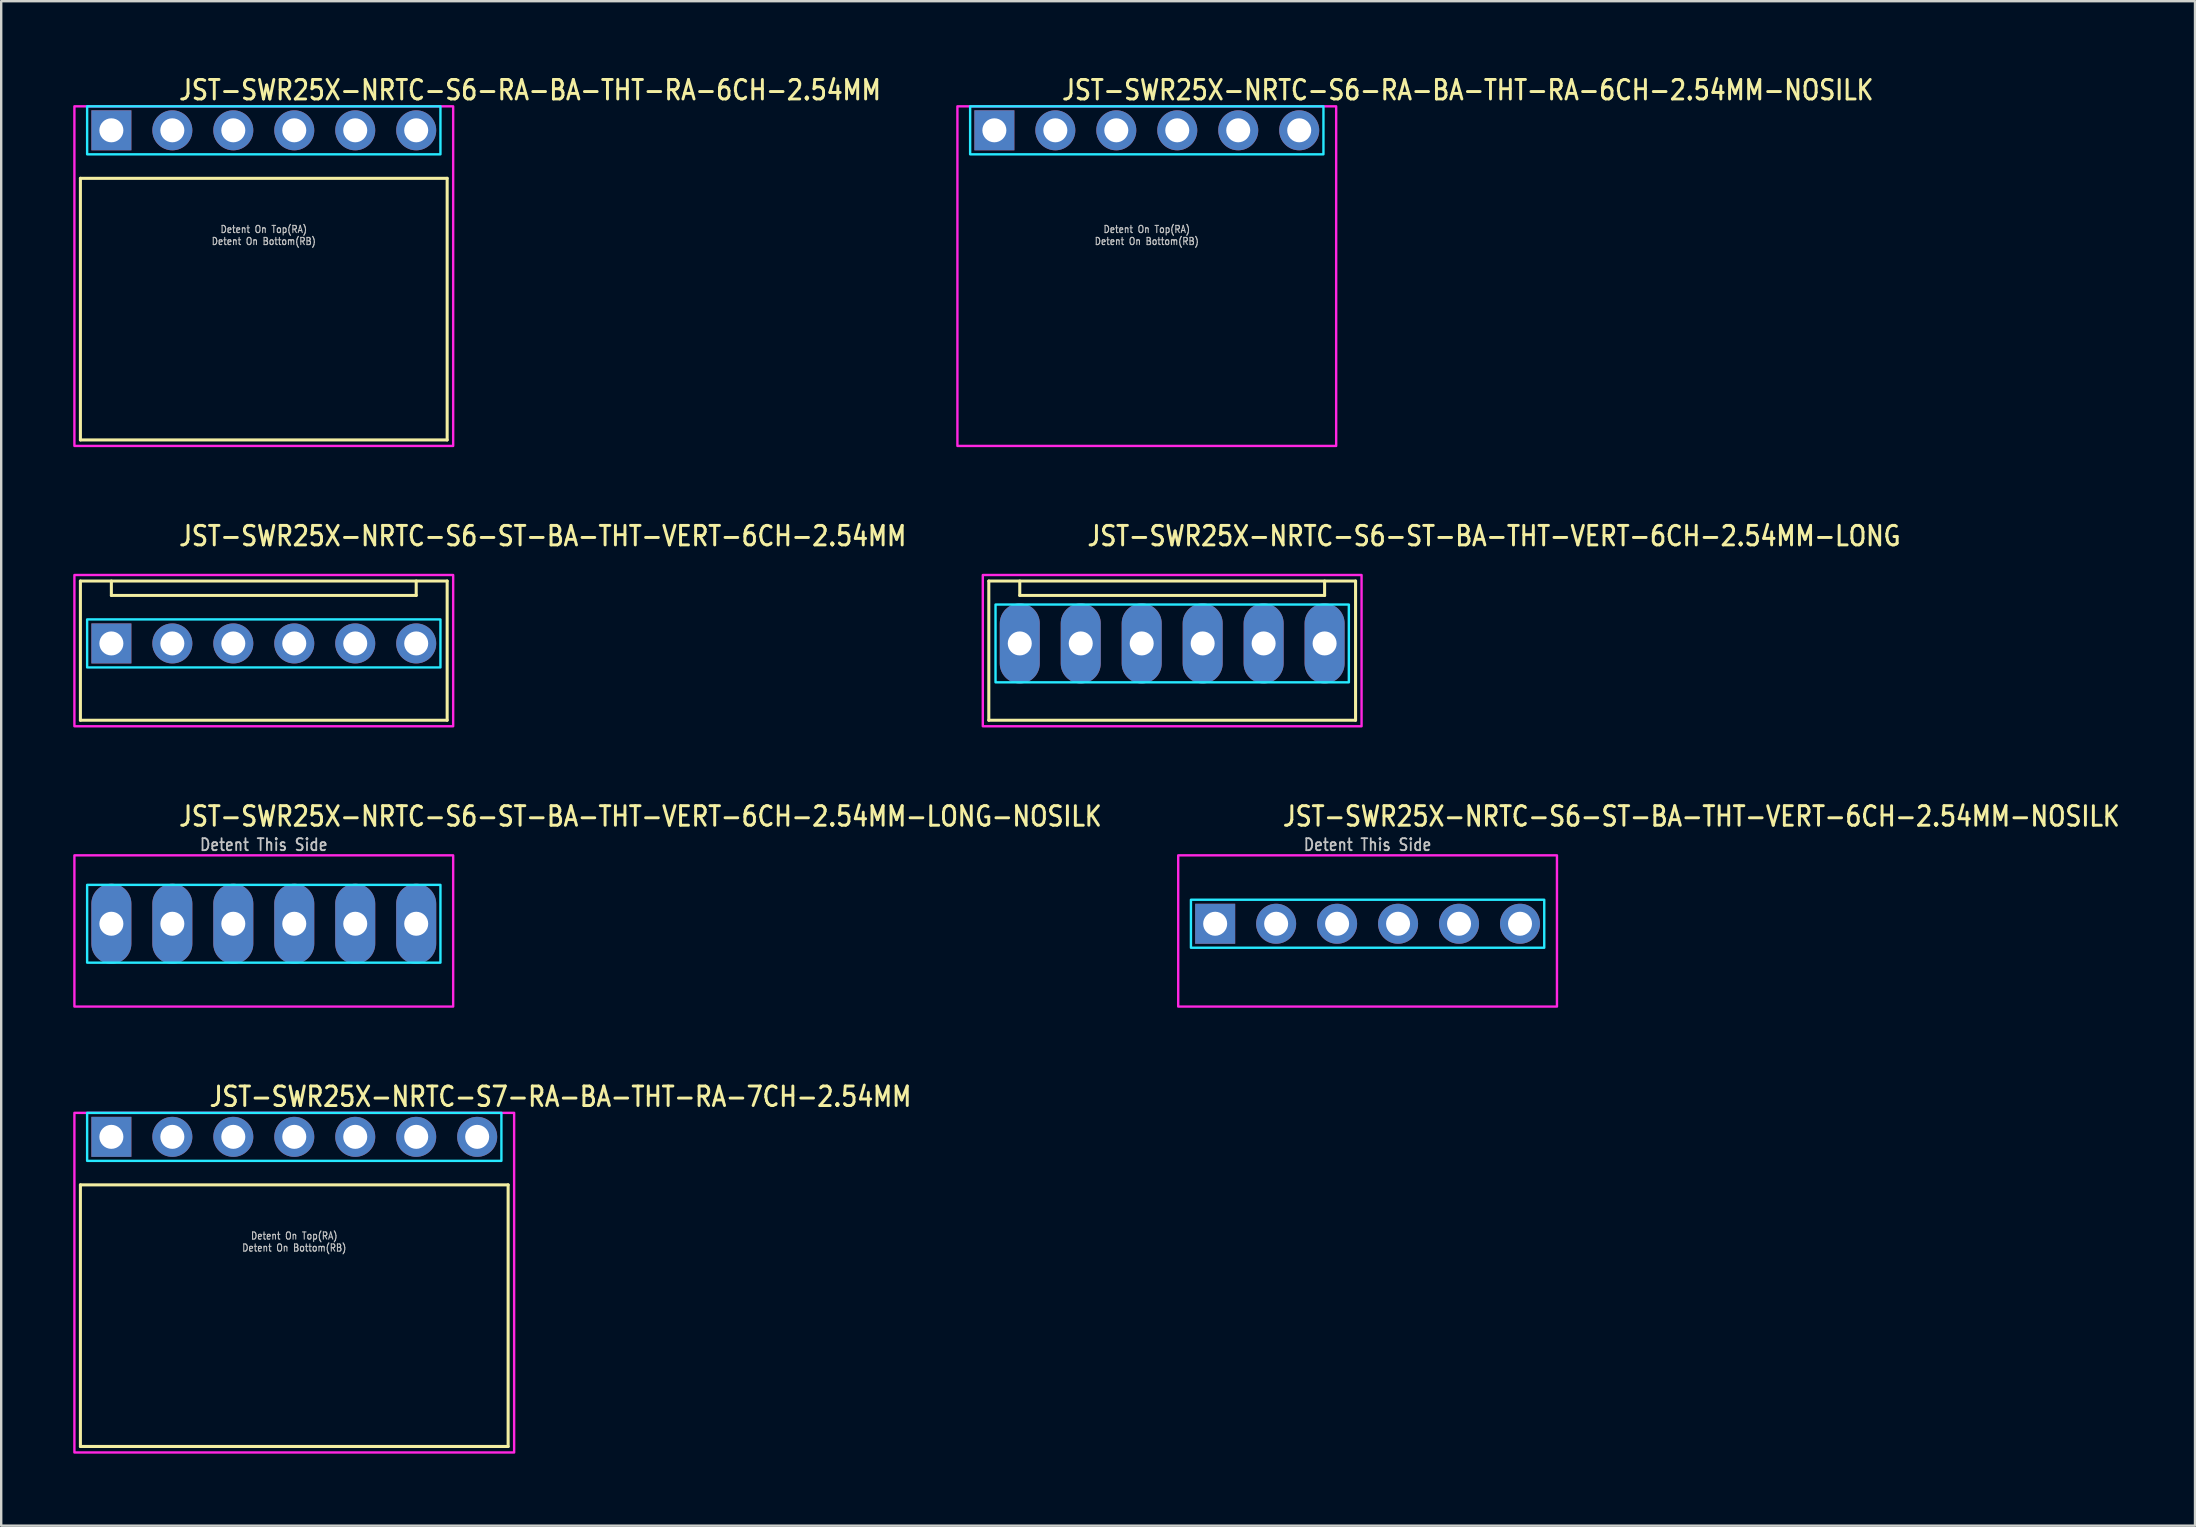
<source format=kicad_pcb>
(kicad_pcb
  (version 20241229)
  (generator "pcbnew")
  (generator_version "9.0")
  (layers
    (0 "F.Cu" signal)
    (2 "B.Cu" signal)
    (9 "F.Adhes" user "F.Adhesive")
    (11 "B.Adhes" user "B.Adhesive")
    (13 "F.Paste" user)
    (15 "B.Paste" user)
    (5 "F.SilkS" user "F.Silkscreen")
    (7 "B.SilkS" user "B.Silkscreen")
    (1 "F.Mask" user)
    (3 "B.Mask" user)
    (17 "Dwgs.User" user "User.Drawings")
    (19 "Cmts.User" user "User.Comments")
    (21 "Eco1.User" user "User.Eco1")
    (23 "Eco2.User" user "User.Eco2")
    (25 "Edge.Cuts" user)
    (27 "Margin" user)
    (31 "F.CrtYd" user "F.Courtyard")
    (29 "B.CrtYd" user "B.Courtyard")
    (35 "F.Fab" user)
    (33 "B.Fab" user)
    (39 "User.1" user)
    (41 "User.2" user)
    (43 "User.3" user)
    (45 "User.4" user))
  (footprint "JST-SWR25X-NRTC-S6-RA-BA-THT-RA-6CH-2.54MM"
    (layer "F.Cu")
    (at 7.94 2.379)
    (property "Reference" "JST-SWR25X-NRTC-S6-RA-BA-THT-RA-6CH-2.54MM" (at -3.6 -1.2 0) (unlocked yes) (layer "F.SilkS") (effects (font (size 0.813 0.695) (thickness 0.122)) (justify left bottom)))
    (fp_line (start -7.64 2) (end 7.64 2) (stroke (width 0.127) (type solid)) (layer "F.SilkS"))
    (fp_line (start -7.64 12.9) (end -7.64 2) (stroke (width 0.127) (type solid)) (layer "F.SilkS"))
    (fp_line (start -7.64 12.9) (end 7.64 12.9) (stroke (width 0.127) (type solid)) (layer "F.SilkS"))
    (fp_line (start 7.64 2) (end 7.64 12.9) (stroke (width 0.127) (type solid)) (layer "F.SilkS"))
    (fp_poly (pts (xy -7.36 -1) (xy -7.36 1) (xy 7.36 1) (xy 7.36 -1)) (stroke (width 0.1) (type solid)) (fill no) (layer "B.CrtYd"))
    (fp_poly (pts (xy -7.89 -1) (xy -7.89 13.15) (xy 7.89 13.15) (xy 7.89 -1)) (stroke (width 0.1) (type solid)) (fill no) (layer "F.CrtYd"))
    (fp_text user "Detent On Top(RA)" (at 0 4.3 0) (unlocked yes) (layer "Dwgs.User") (effects (font (size 0.3 0.257) (thickness 0.045)) (justify bottom)))
    (fp_text user "Detent On Bottom(RB)" (at 0 4.8 0) (unlocked yes) (layer "Dwgs.User") (effects (font (size 0.3 0.257) (thickness 0.045)) (justify bottom)))
    (pad "1" thru_hole rect (at -6.35 0) (size 1.667 1.667) (drill 1) (layers "*.Cu" "*.Mask"))
    (pad "2" thru_hole oval (at -3.81 0) (size 1.667 1.667) (drill 1) (layers "*.Cu" "*.Mask"))
    (pad "3" thru_hole oval (at -1.27 0) (size 1.667 1.667) (drill 1) (layers "*.Cu" "*.Mask"))
    (pad "4" thru_hole oval (at 1.27 0) (size 1.667 1.667) (drill 1) (layers "*.Cu" "*.Mask"))
    (pad "5" thru_hole oval (at 3.81 0) (size 1.667 1.667) (drill 1) (layers "*.Cu" "*.Mask"))
    (pad "6" thru_hole oval (at 6.35 0) (size 1.667 1.667) (drill 1) (layers "*.Cu" "*.Mask")))
  (footprint "JST-SWR25X-NRTC-S6-ST-BA-THT-VERT-6CH-2.54MM-LONG-NOSILK"
    (layer "F.Cu")
    (at 7.94 35.436)
    (property "Reference" "JST-SWR25X-NRTC-S6-ST-BA-THT-VERT-6CH-2.54MM-LONG-NOSILK" (at -3.6 -4 0) (unlocked yes) (layer "F.SilkS") (effects (font (size 0.813 0.695) (thickness 0.122)) (justify left bottom)))
    (fp_poly (pts (xy -7.36 -1.62) (xy -7.36 1.62) (xy 7.36 1.62) (xy 7.36 -1.62)) (stroke (width 0.1) (type solid)) (fill no) (layer "B.CrtYd"))
    (fp_poly (pts (xy -7.89 -2.85) (xy -7.89 3.45) (xy 7.89 3.45) (xy 7.89 -2.85)) (stroke (width 0.1) (type solid)) (fill no) (layer "F.CrtYd"))
    (fp_text user "Detent This Side" (at 0 -3 0) (unlocked yes) (layer "Dwgs.User") (effects (font (size 0.5 0.427) (thickness 0.075)) (justify bottom)))
    (pad "1" thru_hole oval (at -6.35 0 90) (size 3.333 1.667) (drill 1) (layers "*.Cu" "*.Mask"))
    (pad "2" thru_hole oval (at -3.81 0 90) (size 3.333 1.667) (drill 1) (layers "*.Cu" "*.Mask"))
    (pad "3" thru_hole oval (at -1.27 0 90) (size 3.333 1.667) (drill 1) (layers "*.Cu" "*.Mask"))
    (pad "4" thru_hole oval (at 1.27 0 90) (size 3.333 1.667) (drill 1) (layers "*.Cu" "*.Mask"))
    (pad "5" thru_hole oval (at 3.81 0 90) (size 3.333 1.667) (drill 1) (layers "*.Cu" "*.Mask"))
    (pad "6" thru_hole oval (at 6.35 0 90) (size 3.333 1.667) (drill 1) (layers "*.Cu" "*.Mask")))
  (footprint "JST-SWR25X-NRTC-S6-RA-BA-THT-RA-6CH-2.54MM-NOSILK"
    (layer "F.Cu")
    (at 44.728 2.379)
    (property "Reference" "JST-SWR25X-NRTC-S6-RA-BA-THT-RA-6CH-2.54MM-NOSILK" (at -3.6 -1.2 0) (unlocked yes) (layer "F.SilkS") (effects (font (size 0.813 0.695) (thickness 0.122)) (justify left bottom)))
    (fp_poly (pts (xy -7.36 -1) (xy -7.36 1) (xy 7.36 1) (xy 7.36 -1)) (stroke (width 0.1) (type solid)) (fill no) (layer "B.CrtYd"))
    (fp_poly (pts (xy -7.89 -1) (xy -7.89 13.15) (xy 7.89 13.15) (xy 7.89 -1)) (stroke (width 0.1) (type solid)) (fill no) (layer "F.CrtYd"))
    (fp_text user "Detent On Top(RA)" (at 0 4.3 0) (unlocked yes) (layer "Dwgs.User") (effects (font (size 0.3 0.257) (thickness 0.045)) (justify bottom)))
    (fp_text user "Detent On Bottom(RB)" (at 0 4.8 0) (unlocked yes) (layer "Dwgs.User") (effects (font (size 0.3 0.257) (thickness 0.045)) (justify bottom)))
    (pad "1" thru_hole rect (at -6.35 0) (size 1.667 1.667) (drill 1) (layers "*.Cu" "*.Mask"))
    (pad "2" thru_hole oval (at -3.81 0) (size 1.667 1.667) (drill 1) (layers "*.Cu" "*.Mask"))
    (pad "3" thru_hole oval (at -1.27 0) (size 1.667 1.667) (drill 1) (layers "*.Cu" "*.Mask"))
    (pad "4" thru_hole oval (at 1.27 0) (size 1.667 1.667) (drill 1) (layers "*.Cu" "*.Mask"))
    (pad "5" thru_hole oval (at 3.81 0) (size 1.667 1.667) (drill 1) (layers "*.Cu" "*.Mask"))
    (pad "6" thru_hole oval (at 6.35 0) (size 1.667 1.667) (drill 1) (layers "*.Cu" "*.Mask")))
  (footprint "JST-SWR25X-NRTC-S7-RA-BA-THT-RA-7CH-2.54MM"
    (layer "F.Cu")
    (at 9.21 44.314)
    (property "Reference" "JST-SWR25X-NRTC-S7-RA-BA-THT-RA-7CH-2.54MM" (at -3.6 -1.2 0) (unlocked yes) (layer "F.SilkS") (effects (font (size 0.813 0.695) (thickness 0.122)) (justify left bottom)))
    (fp_line (start -8.91 2) (end 8.91 2) (stroke (width 0.127) (type solid)) (layer "F.SilkS"))
    (fp_line (start -8.91 12.9) (end -8.91 2) (stroke (width 0.127) (type solid)) (layer "F.SilkS"))
    (fp_line (start -8.91 12.9) (end 8.91 12.9) (stroke (width 0.127) (type solid)) (layer "F.SilkS"))
    (fp_line (start 8.91 2) (end 8.91 12.9) (stroke (width 0.127) (type solid)) (layer "F.SilkS"))
    (fp_poly (pts (xy -8.63 -1) (xy -8.63 1) (xy 8.63 1) (xy 8.63 -1)) (stroke (width 0.1) (type solid)) (fill no) (layer "B.CrtYd"))
    (fp_poly (pts (xy -9.16 -1) (xy -9.16 13.15) (xy 9.16 13.15) (xy 9.16 -1)) (stroke (width 0.1) (type solid)) (fill no) (layer "F.CrtYd"))
    (fp_text user "Detent On Top(RA)" (at 0 4.3 0) (unlocked yes) (layer "Dwgs.User") (effects (font (size 0.3 0.257) (thickness 0.045)) (justify bottom)))
    (fp_text user "Detent On Bottom(RB)" (at 0 4.8 0) (unlocked yes) (layer "Dwgs.User") (effects (font (size 0.3 0.257) (thickness 0.045)) (justify bottom)))
    (pad "1" thru_hole rect (at -7.62 0) (size 1.667 1.667) (drill 1) (layers "*.Cu" "*.Mask"))
    (pad "2" thru_hole oval (at -5.08 0) (size 1.667 1.667) (drill 1) (layers "*.Cu" "*.Mask"))
    (pad "3" thru_hole oval (at -2.54 0) (size 1.667 1.667) (drill 1) (layers "*.Cu" "*.Mask"))
    (pad "4" thru_hole oval (at 0 0) (size 1.667 1.667) (drill 1) (layers "*.Cu" "*.Mask"))
    (pad "5" thru_hole oval (at 2.54 0) (size 1.667 1.667) (drill 1) (layers "*.Cu" "*.Mask"))
    (pad "6" thru_hole oval (at 5.08 0) (size 1.667 1.667) (drill 1) (layers "*.Cu" "*.Mask"))
    (pad "7" thru_hole oval (at 7.62 0) (size 1.667 1.667) (drill 1) (layers "*.Cu" "*.Mask")))
  (footprint "JST-SWR25X-NRTC-S6-ST-BA-THT-VERT-6CH-2.54MM-LONG"
    (layer "F.Cu")
    (at 45.786 23.757)
    (property "Reference" "JST-SWR25X-NRTC-S6-ST-BA-THT-VERT-6CH-2.54MM-LONG" (at -3.6 -4 0) (unlocked yes) (layer "F.SilkS") (effects (font (size 0.813 0.695) (thickness 0.122)) (justify left bottom)))
    (fp_line (start -7.64 -2.6) (end 7.64 -2.6) (stroke (width 0.127) (type solid)) (layer "F.SilkS"))
    (fp_line (start -7.64 3.2) (end -7.64 -2.6) (stroke (width 0.127) (type solid)) (layer "F.SilkS"))
    (fp_line (start -7.64 3.2) (end 7.64 3.2) (stroke (width 0.127) (type solid)) (layer "F.SilkS"))
    (fp_line (start -6.35 -2.6) (end -6.35 -2) (stroke (width 0.127) (type solid)) (layer "F.SilkS"))
    (fp_line (start -6.35 -2) (end 6.35 -2) (stroke (width 0.127) (type solid)) (layer "F.SilkS"))
    (fp_line (start 6.35 -2.6) (end 6.35 -2) (stroke (width 0.127) (type solid)) (layer "F.SilkS"))
    (fp_line (start 7.64 -2.6) (end 7.64 3.2) (stroke (width 0.127) (type solid)) (layer "F.SilkS"))
    (fp_poly (pts (xy -7.36 -1.62) (xy -7.36 1.62) (xy 7.36 1.62) (xy 7.36 -1.62)) (stroke (width 0.1) (type solid)) (fill no) (layer "B.CrtYd"))
    (fp_poly (pts (xy -7.89 -2.85) (xy -7.89 3.45) (xy 7.89 3.45) (xy 7.89 -2.85)) (stroke (width 0.1) (type solid)) (fill no) (layer "F.CrtYd"))
    (pad "1" thru_hole oval (at -6.35 0 90) (size 3.333 1.667) (drill 1) (layers "*.Cu" "*.Mask"))
    (pad "2" thru_hole oval (at -3.81 0 90) (size 3.333 1.667) (drill 1) (layers "*.Cu" "*.Mask"))
    (pad "3" thru_hole oval (at -1.27 0 90) (size 3.333 1.667) (drill 1) (layers "*.Cu" "*.Mask"))
    (pad "4" thru_hole oval (at 1.27 0 90) (size 3.333 1.667) (drill 1) (layers "*.Cu" "*.Mask"))
    (pad "5" thru_hole oval (at 3.81 0 90) (size 3.333 1.667) (drill 1) (layers "*.Cu" "*.Mask"))
    (pad "6" thru_hole oval (at 6.35 0 90) (size 3.333 1.667) (drill 1) (layers "*.Cu" "*.Mask")))
  (footprint "JST-SWR25X-NRTC-S6-ST-BA-THT-VERT-6CH-2.54MM-NOSILK"
    (layer "F.Cu")
    (at 53.927 35.436)
    (property "Reference" "JST-SWR25X-NRTC-S6-ST-BA-THT-VERT-6CH-2.54MM-NOSILK" (at -3.6 -4 0) (unlocked yes) (layer "F.SilkS") (effects (font (size 0.813 0.695) (thickness 0.122)) (justify left bottom)))
    (fp_poly (pts (xy -7.36 -1) (xy -7.36 1) (xy 7.36 1) (xy 7.36 -1)) (stroke (width 0.1) (type solid)) (fill no) (layer "B.CrtYd"))
    (fp_poly (pts (xy -7.89 -2.85) (xy -7.89 3.45) (xy 7.89 3.45) (xy 7.89 -2.85)) (stroke (width 0.1) (type solid)) (fill no) (layer "F.CrtYd"))
    (fp_text user "Detent This Side" (at 0 -3 0) (unlocked yes) (layer "Dwgs.User") (effects (font (size 0.5 0.427) (thickness 0.075)) (justify bottom)))
    (pad "1" thru_hole rect (at -6.35 0) (size 1.667 1.667) (drill 1) (layers "*.Cu" "*.Mask"))
    (pad "2" thru_hole oval (at -3.81 0) (size 1.667 1.667) (drill 1) (layers "*.Cu" "*.Mask"))
    (pad "3" thru_hole oval (at -1.27 0) (size 1.667 1.667) (drill 1) (layers "*.Cu" "*.Mask"))
    (pad "4" thru_hole oval (at 1.27 0) (size 1.667 1.667) (drill 1) (layers "*.Cu" "*.Mask"))
    (pad "5" thru_hole oval (at 3.81 0) (size 1.667 1.667) (drill 1) (layers "*.Cu" "*.Mask"))
    (pad "6" thru_hole oval (at 6.35 0) (size 1.667 1.667) (drill 1) (layers "*.Cu" "*.Mask")))
  (footprint "JST-SWR25X-NRTC-S6-ST-BA-THT-VERT-6CH-2.54MM"
    (layer "F.Cu")
    (at 7.94 23.757)
    (property "Reference" "JST-SWR25X-NRTC-S6-ST-BA-THT-VERT-6CH-2.54MM" (at -3.6 -4 0) (unlocked yes) (layer "F.SilkS") (effects (font (size 0.813 0.695) (thickness 0.122)) (justify left bottom)))
    (fp_line (start -7.64 -2.6) (end 7.64 -2.6) (stroke (width 0.127) (type solid)) (layer "F.SilkS"))
    (fp_line (start -7.64 3.2) (end -7.64 -2.6) (stroke (width 0.127) (type solid)) (layer "F.SilkS"))
    (fp_line (start -7.64 3.2) (end 7.64 3.2) (stroke (width 0.127) (type solid)) (layer "F.SilkS"))
    (fp_line (start -6.35 -2.6) (end -6.35 -2) (stroke (width 0.127) (type solid)) (layer "F.SilkS"))
    (fp_line (start -6.35 -2) (end 6.35 -2) (stroke (width 0.127) (type solid)) (layer "F.SilkS"))
    (fp_line (start 6.35 -2.6) (end 6.35 -2) (stroke (width 0.127) (type solid)) (layer "F.SilkS"))
    (fp_line (start 7.64 -2.6) (end 7.64 3.2) (stroke (width 0.127) (type solid)) (layer "F.SilkS"))
    (fp_poly (pts (xy -7.36 -1) (xy -7.36 1) (xy 7.36 1) (xy 7.36 -1)) (stroke (width 0.1) (type solid)) (fill no) (layer "B.CrtYd"))
    (fp_poly (pts (xy -7.89 -2.85) (xy -7.89 3.45) (xy 7.89 3.45) (xy 7.89 -2.85)) (stroke (width 0.1) (type solid)) (fill no) (layer "F.CrtYd"))
    (pad "1" thru_hole rect (at -6.35 0) (size 1.667 1.667) (drill 1) (layers "*.Cu" "*.Mask"))
    (pad "2" thru_hole oval (at -3.81 0) (size 1.667 1.667) (drill 1) (layers "*.Cu" "*.Mask"))
    (pad "3" thru_hole oval (at -1.27 0) (size 1.667 1.667) (drill 1) (layers "*.Cu" "*.Mask"))
    (pad "4" thru_hole oval (at 1.27 0) (size 1.667 1.667) (drill 1) (layers "*.Cu" "*.Mask"))
    (pad "5" thru_hole oval (at 3.81 0) (size 1.667 1.667) (drill 1) (layers "*.Cu" "*.Mask"))
    (pad "6" thru_hole oval (at 6.35 0) (size 1.667 1.667) (drill 1) (layers "*.Cu" "*.Mask")))
  (gr_rect
    (start -3 -3)
    (end 88.4 60.514)
    (stroke (width 0.1) (type default))
    (fill no)
    (layer "Edge.Cuts")))
</source>
